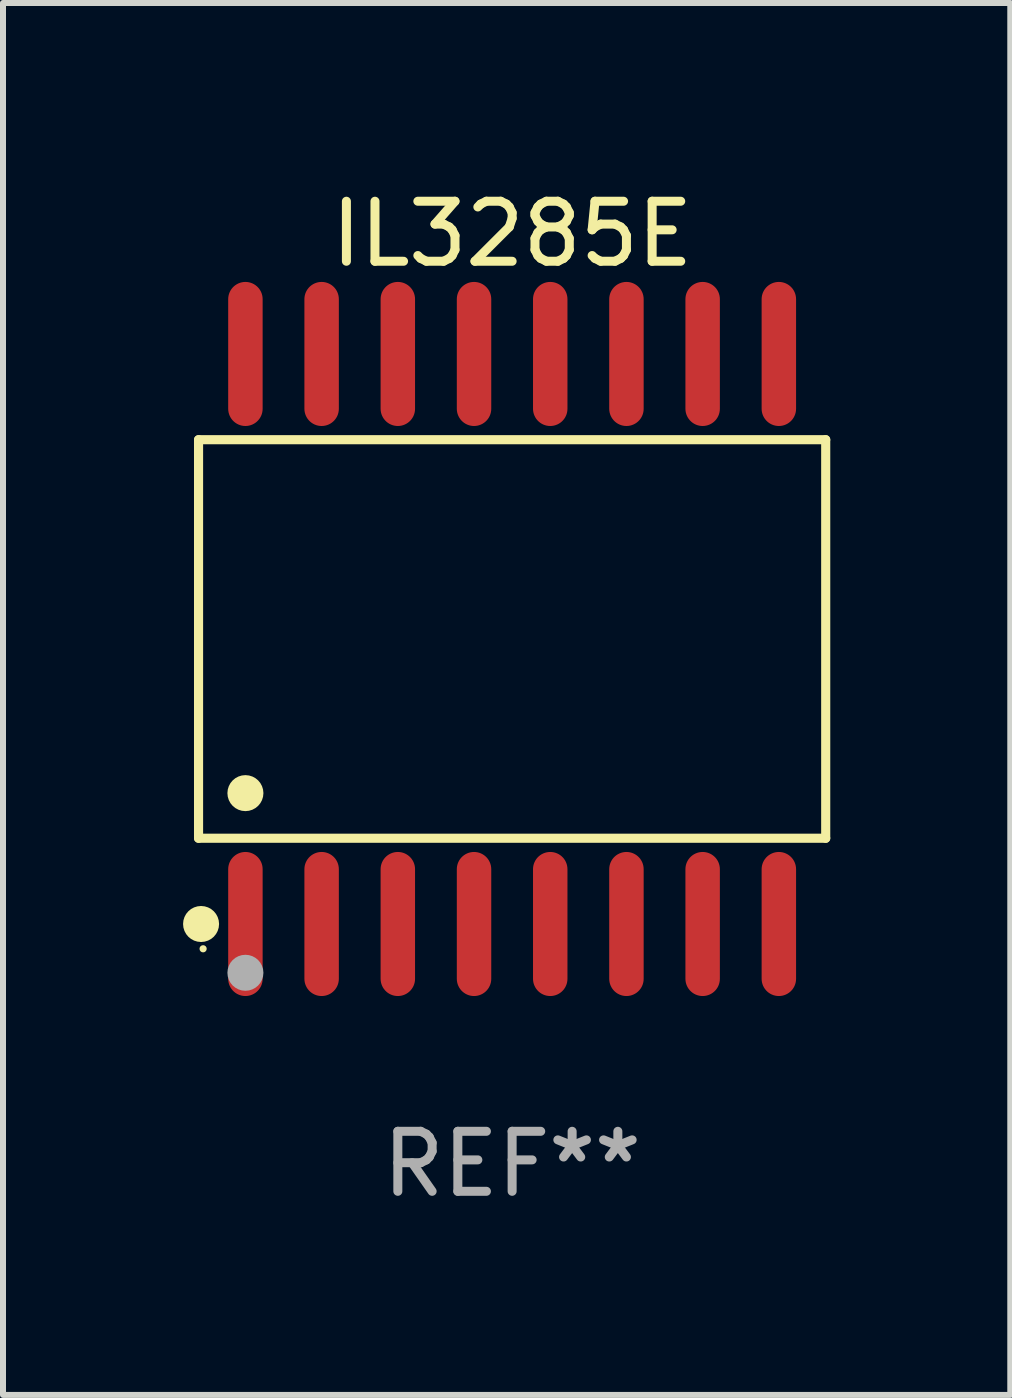
<source format=kicad_pcb>
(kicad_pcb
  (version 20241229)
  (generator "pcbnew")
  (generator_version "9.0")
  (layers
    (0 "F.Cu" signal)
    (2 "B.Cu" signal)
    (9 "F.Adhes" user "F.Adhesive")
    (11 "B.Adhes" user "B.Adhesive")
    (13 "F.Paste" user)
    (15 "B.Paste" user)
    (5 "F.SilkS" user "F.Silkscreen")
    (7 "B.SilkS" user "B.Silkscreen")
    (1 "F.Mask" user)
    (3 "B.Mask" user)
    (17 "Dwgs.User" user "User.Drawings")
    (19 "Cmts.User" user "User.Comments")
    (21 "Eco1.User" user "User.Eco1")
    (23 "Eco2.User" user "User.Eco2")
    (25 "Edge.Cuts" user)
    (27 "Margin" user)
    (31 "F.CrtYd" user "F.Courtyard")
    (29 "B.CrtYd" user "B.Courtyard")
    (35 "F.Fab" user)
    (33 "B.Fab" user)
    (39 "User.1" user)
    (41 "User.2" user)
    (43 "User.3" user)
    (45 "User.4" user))
  (footprint "IL3285E"
    (layer "F.Cu")
    (at 5.485 7.599)
    (property "Reference" "IL3285E" (at 0 -6.75 0) (layer "F.SilkS") (effects (font (size 1 1) (thickness 0.15))))
    (attr through_hole)
    (fp_line (start -5.226 -3.321) (end 5.226 -3.321) (stroke (width 0.152) (type solid)) (layer "F.SilkS"))
    (fp_line (start -5.226 3.321) (end -5.226 -3.321) (stroke (width 0.152) (type solid)) (layer "F.SilkS"))
    (fp_line (start 5.226 -3.321) (end 5.226 3.321) (stroke (width 0.152) (type solid)) (layer "F.SilkS"))
    (fp_line (start 5.226 3.321) (end -5.226 3.321) (stroke (width 0.152) (type solid)) (layer "F.SilkS"))
    (fp_circle (center -5.184 4.75) (end -5.034 4.75) (stroke (width 0.3) (type solid)) (fill no) (layer "F.SilkS"))
    (fp_circle (center -5.15 5.163) (end -5.12 5.163) (stroke (width 0.06) (type solid)) (fill no) (layer "F.SilkS"))
    (fp_circle (center -4.445 2.569) (end -4.295 2.569) (stroke (width 0.3) (type solid)) (fill no) (layer "F.SilkS"))
    (fp_circle (center -4.445 5.563) (end -4.295 5.563) (stroke (width 0.3) (type solid)) (fill no) (layer "F.Fab"))
    (fp_text user "REF**" (at 0 8.75 0) (layer "F.Fab") (effects (font (size 1 1) (thickness 0.15))))
    (pad "1" smd oval (at -4.445 4.75) (size 0.574 2.401) (layers "F.Cu" "F.Mask" "F.Paste"))
    (pad "2" smd oval (at -3.175 4.75) (size 0.574 2.401) (layers "F.Cu" "F.Mask" "F.Paste"))
    (pad "3" smd oval (at -1.905 4.75) (size 0.574 2.401) (layers "F.Cu" "F.Mask" "F.Paste"))
    (pad "4" smd oval (at -0.635 4.75) (size 0.574 2.401) (layers "F.Cu" "F.Mask" "F.Paste"))
    (pad "5" smd oval (at 0.635 4.75) (size 0.574 2.401) (layers "F.Cu" "F.Mask" "F.Paste"))
    (pad "6" smd oval (at 1.905 4.75) (size 0.574 2.401) (layers "F.Cu" "F.Mask" "F.Paste"))
    (pad "7" smd oval (at 3.175 4.75) (size 0.574 2.401) (layers "F.Cu" "F.Mask" "F.Paste"))
    (pad "8" smd oval (at 4.445 4.75) (size 0.574 2.401) (layers "F.Cu" "F.Mask" "F.Paste"))
    (pad "9" smd oval (at 4.445 -4.75) (size 0.574 2.401) (layers "F.Cu" "F.Mask" "F.Paste"))
    (pad "10" smd oval (at 3.175 -4.75) (size 0.574 2.401) (layers "F.Cu" "F.Mask" "F.Paste"))
    (pad "11" smd oval (at 1.905 -4.75) (size 0.574 2.401) (layers "F.Cu" "F.Mask" "F.Paste"))
    (pad "12" smd oval (at 0.635 -4.75) (size 0.574 2.401) (layers "F.Cu" "F.Mask" "F.Paste"))
    (pad "13" smd oval (at -0.635 -4.75) (size 0.574 2.401) (layers "F.Cu" "F.Mask" "F.Paste"))
    (pad "14" smd oval (at -1.905 -4.75) (size 0.574 2.401) (layers "F.Cu" "F.Mask" "F.Paste"))
    (pad "15" smd oval (at -3.175 -4.75) (size 0.574 2.401) (layers "F.Cu" "F.Mask" "F.Paste"))
    (pad "16" smd oval (at -4.445 -4.75) (size 0.574 2.401) (layers "F.Cu" "F.Mask" "F.Paste")))
  (gr_rect
    (start -3 -3)
    (end 13.787 20.197)
    (stroke (width 0.1) (type default))
    (fill no)
    (layer "Edge.Cuts")))
</source>
